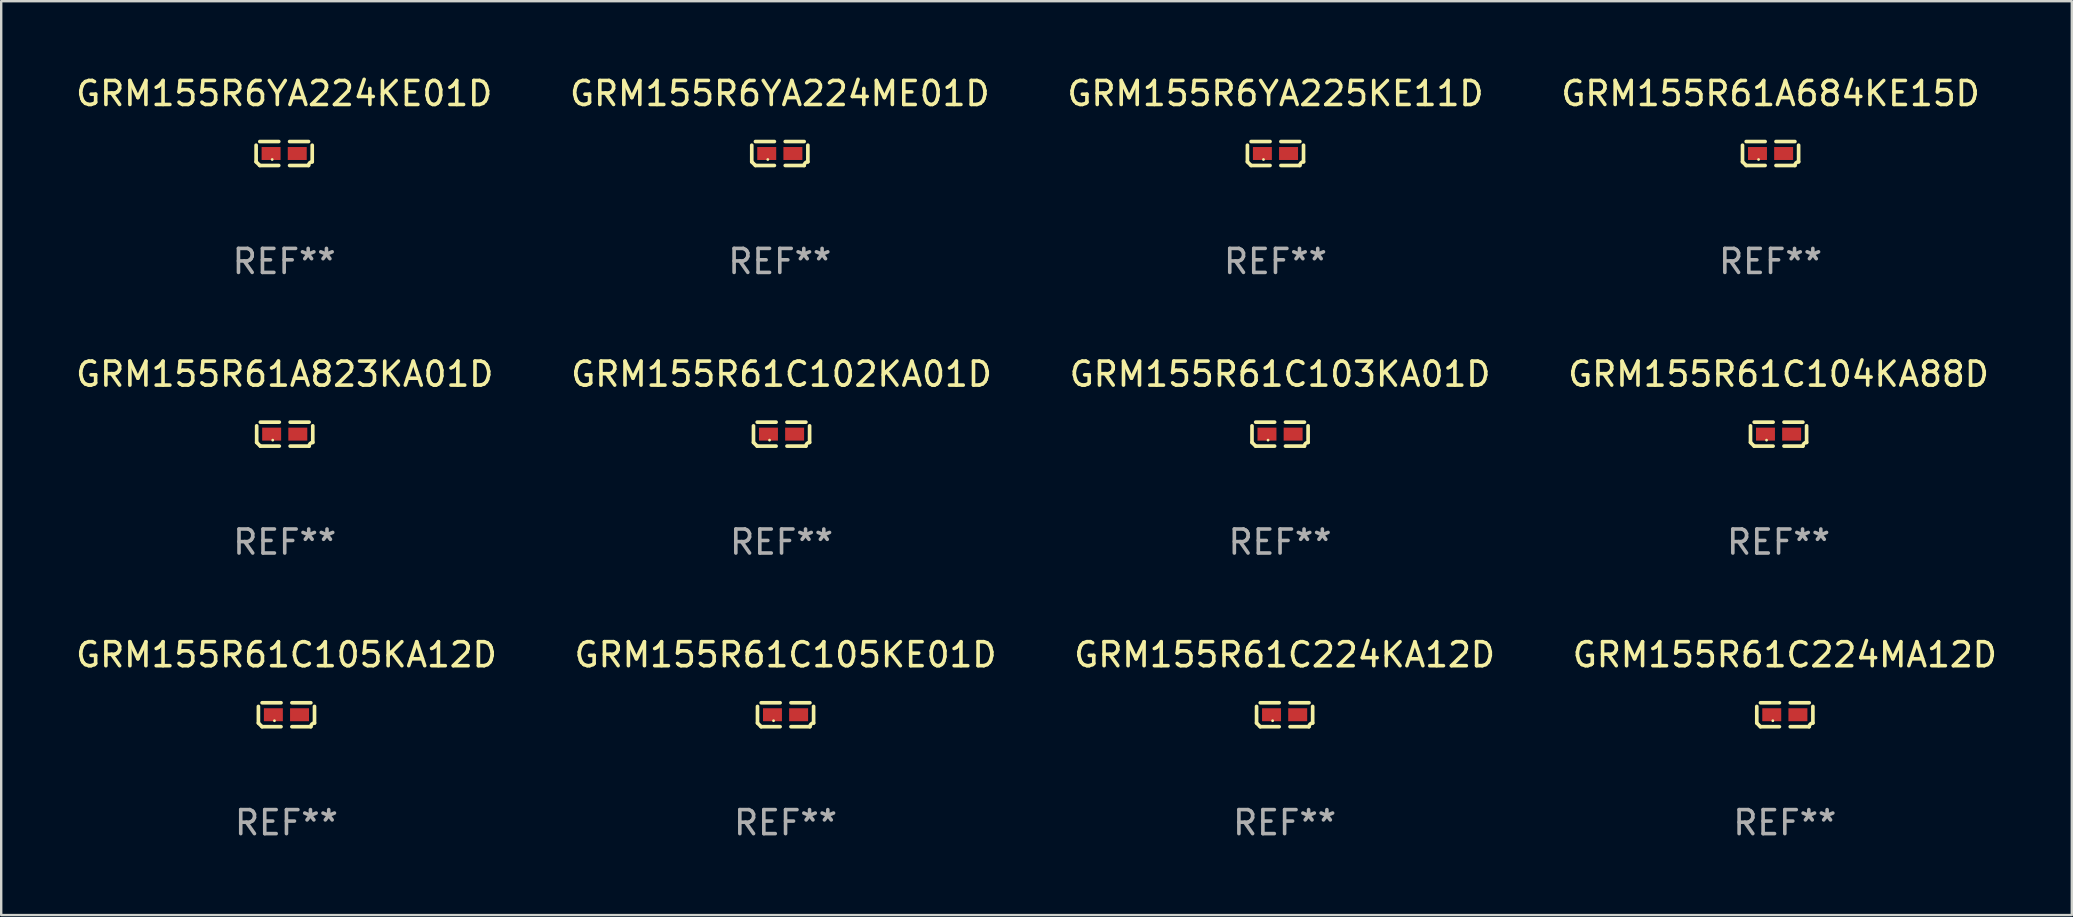
<source format=kicad_pcb>
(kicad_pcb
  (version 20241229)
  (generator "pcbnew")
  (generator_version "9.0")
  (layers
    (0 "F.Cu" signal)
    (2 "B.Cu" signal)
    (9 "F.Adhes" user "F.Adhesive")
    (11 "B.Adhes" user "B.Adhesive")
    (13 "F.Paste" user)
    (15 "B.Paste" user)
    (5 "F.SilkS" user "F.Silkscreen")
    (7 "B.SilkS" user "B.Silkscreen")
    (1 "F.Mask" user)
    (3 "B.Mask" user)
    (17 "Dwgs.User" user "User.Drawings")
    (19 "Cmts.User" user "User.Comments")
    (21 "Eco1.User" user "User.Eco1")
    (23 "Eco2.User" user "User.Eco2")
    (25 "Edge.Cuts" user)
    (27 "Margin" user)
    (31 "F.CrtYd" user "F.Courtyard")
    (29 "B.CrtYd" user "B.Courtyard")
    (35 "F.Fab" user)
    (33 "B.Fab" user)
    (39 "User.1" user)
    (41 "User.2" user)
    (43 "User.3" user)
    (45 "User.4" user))
  (footprint "GRM155R61C224MA12D"
    (layer "F.Cu")
    (at 71.327 26.734)
    (property "Reference" "GRM155R61C224MA12D" (at 0 -2.499 0) (layer "F.SilkS") (effects (font (size 1 1) (thickness 0.15))))
    (attr through_hole)
    (fp_line (start -1.169 0.346) (end -1.169 -0.346) (stroke (width 0.152) (type solid)) (layer "F.SilkS"))
    (fp_line (start -1.016 -0.499) (end -0.226 -0.499) (stroke (width 0.152) (type solid)) (layer "F.SilkS"))
    (fp_line (start -0.226 0.499) (end -1.016 0.499) (stroke (width 0.152) (type solid)) (layer "F.SilkS"))
    (fp_line (start 0.226 0.499) (end 1.016 0.499) (stroke (width 0.152) (type solid)) (layer "F.SilkS"))
    (fp_line (start 1.016 -0.499) (end 0.226 -0.499) (stroke (width 0.152) (type solid)) (layer "F.SilkS"))
    (fp_line (start 1.169 0.346) (end 1.169 -0.346) (stroke (width 0.152) (type solid)) (layer "F.SilkS"))
    (fp_arc (start -1.016307 0.498603) (mid -1.092512 0.422405) (end -1.16871 0.3462) (stroke (width 0.1524) (type solid)) (layer "F.SilkS"))
    (fp_arc (start 1.016307 0.498603) (mid 1.060899 0.390758) (end 1.168707 0.346076) (stroke (width 0.1524) (type solid)) (layer "F.SilkS"))
    (fp_circle (center -0.5 0.25) (end -0.47 0.25) (stroke (width 0.06) (type solid)) (fill no) (layer "F.SilkS"))
    (fp_text user "REF**" (at 0 4.499 0) (layer "F.Fab") (effects (font (size 1 1) (thickness 0.15))))
    (pad "1" smd rect (at -0.545 0) (size 0.79 0.54) (layers "F.Cu" "F.Mask" "F.Paste"))
    (pad "2" smd rect (at 0.545 0) (size 0.79 0.54) (layers "F.Cu" "F.Mask" "F.Paste")))
  (footprint "GRM155R61C105KE01D"
    (layer "F.Cu")
    (at 29.685 26.734)
    (property "Reference" "GRM155R61C105KE01D" (at 0 -2.499 0) (layer "F.SilkS") (effects (font (size 1 1) (thickness 0.15))))
    (attr through_hole)
    (fp_line (start -1.169 0.346) (end -1.169 -0.346) (stroke (width 0.152) (type solid)) (layer "F.SilkS"))
    (fp_line (start -1.016 -0.499) (end -0.226 -0.499) (stroke (width 0.152) (type solid)) (layer "F.SilkS"))
    (fp_line (start -0.226 0.499) (end -1.016 0.499) (stroke (width 0.152) (type solid)) (layer "F.SilkS"))
    (fp_line (start 0.226 0.499) (end 1.016 0.499) (stroke (width 0.152) (type solid)) (layer "F.SilkS"))
    (fp_line (start 1.016 -0.499) (end 0.226 -0.499) (stroke (width 0.152) (type solid)) (layer "F.SilkS"))
    (fp_line (start 1.169 0.346) (end 1.169 -0.346) (stroke (width 0.152) (type solid)) (layer "F.SilkS"))
    (fp_arc (start -1.016307 0.498603) (mid -1.092512 0.422405) (end -1.16871 0.3462) (stroke (width 0.1524) (type solid)) (layer "F.SilkS"))
    (fp_arc (start 1.016307 0.498603) (mid 1.060899 0.390758) (end 1.168707 0.346076) (stroke (width 0.1524) (type solid)) (layer "F.SilkS"))
    (fp_circle (center -0.5 0.25) (end -0.47 0.25) (stroke (width 0.06) (type solid)) (fill no) (layer "F.SilkS"))
    (fp_text user "REF**" (at 0 4.499 0) (layer "F.Fab") (effects (font (size 1 1) (thickness 0.15))))
    (pad "1" smd rect (at -0.545 0) (size 0.79 0.54) (layers "F.Cu" "F.Mask" "F.Paste"))
    (pad "2" smd rect (at 0.545 0) (size 0.79 0.54) (layers "F.Cu" "F.Mask" "F.Paste")))
  (footprint "GRM155R61A823KA01D"
    (layer "F.Cu")
    (at 8.815 15.041)
    (property "Reference" "GRM155R61A823KA01D" (at 0 -2.499 0) (layer "F.SilkS") (effects (font (size 1 1) (thickness 0.15))))
    (attr through_hole)
    (fp_line (start -1.169 0.346) (end -1.169 -0.346) (stroke (width 0.152) (type solid)) (layer "F.SilkS"))
    (fp_line (start -1.016 -0.499) (end -0.226 -0.499) (stroke (width 0.152) (type solid)) (layer "F.SilkS"))
    (fp_line (start -0.226 0.499) (end -1.016 0.499) (stroke (width 0.152) (type solid)) (layer "F.SilkS"))
    (fp_line (start 0.226 0.499) (end 1.016 0.499) (stroke (width 0.152) (type solid)) (layer "F.SilkS"))
    (fp_line (start 1.016 -0.499) (end 0.226 -0.499) (stroke (width 0.152) (type solid)) (layer "F.SilkS"))
    (fp_line (start 1.169 0.346) (end 1.169 -0.346) (stroke (width 0.152) (type solid)) (layer "F.SilkS"))
    (fp_arc (start -1.016307 0.498603) (mid -1.092512 0.422405) (end -1.16871 0.3462) (stroke (width 0.1524) (type solid)) (layer "F.SilkS"))
    (fp_arc (start 1.016307 0.498603) (mid 1.060899 0.390758) (end 1.168707 0.346076) (stroke (width 0.1524) (type solid)) (layer "F.SilkS"))
    (fp_circle (center -0.5 0.25) (end -0.47 0.25) (stroke (width 0.06) (type solid)) (fill no) (layer "F.SilkS"))
    (fp_text user "REF**" (at 0 4.499 0) (layer "F.Fab") (effects (font (size 1 1) (thickness 0.15))))
    (pad "1" smd rect (at -0.545 0) (size 0.79 0.54) (layers "F.Cu" "F.Mask" "F.Paste"))
    (pad "2" smd rect (at 0.545 0) (size 0.79 0.54) (layers "F.Cu" "F.Mask" "F.Paste")))
  (footprint "GRM155R61C105KA12D"
    (layer "F.Cu")
    (at 8.887 26.734)
    (property "Reference" "GRM155R61C105KA12D" (at 0 -2.499 0) (layer "F.SilkS") (effects (font (size 1 1) (thickness 0.15))))
    (attr through_hole)
    (fp_line (start -1.169 0.346) (end -1.169 -0.346) (stroke (width 0.152) (type solid)) (layer "F.SilkS"))
    (fp_line (start -1.016 -0.499) (end -0.226 -0.499) (stroke (width 0.152) (type solid)) (layer "F.SilkS"))
    (fp_line (start -0.226 0.499) (end -1.016 0.499) (stroke (width 0.152) (type solid)) (layer "F.SilkS"))
    (fp_line (start 0.226 0.499) (end 1.016 0.499) (stroke (width 0.152) (type solid)) (layer "F.SilkS"))
    (fp_line (start 1.016 -0.499) (end 0.226 -0.499) (stroke (width 0.152) (type solid)) (layer "F.SilkS"))
    (fp_line (start 1.169 0.346) (end 1.169 -0.346) (stroke (width 0.152) (type solid)) (layer "F.SilkS"))
    (fp_arc (start -1.016307 0.498603) (mid -1.092512 0.422405) (end -1.16871 0.3462) (stroke (width 0.1524) (type solid)) (layer "F.SilkS"))
    (fp_arc (start 1.016307 0.498603) (mid 1.060899 0.390758) (end 1.168707 0.346076) (stroke (width 0.1524) (type solid)) (layer "F.SilkS"))
    (fp_circle (center -0.5 0.25) (end -0.47 0.25) (stroke (width 0.06) (type solid)) (fill no) (layer "F.SilkS"))
    (fp_text user "REF**" (at 0 4.499 0) (layer "F.Fab") (effects (font (size 1 1) (thickness 0.15))))
    (pad "1" smd rect (at -0.545 0) (size 0.79 0.54) (layers "F.Cu" "F.Mask" "F.Paste"))
    (pad "2" smd rect (at 0.545 0) (size 0.79 0.54) (layers "F.Cu" "F.Mask" "F.Paste")))
  (footprint "GRM155R6YA224ME01D"
    (layer "F.Cu")
    (at 29.446 3.347)
    (property "Reference" "GRM155R6YA224ME01D" (at 0 -2.499 0) (layer "F.SilkS") (effects (font (size 1 1) (thickness 0.15))))
    (attr through_hole)
    (fp_line (start -1.169 0.346) (end -1.169 -0.346) (stroke (width 0.152) (type solid)) (layer "F.SilkS"))
    (fp_line (start -1.016 -0.499) (end -0.226 -0.499) (stroke (width 0.152) (type solid)) (layer "F.SilkS"))
    (fp_line (start -0.226 0.499) (end -1.016 0.499) (stroke (width 0.152) (type solid)) (layer "F.SilkS"))
    (fp_line (start 0.226 0.499) (end 1.016 0.499) (stroke (width 0.152) (type solid)) (layer "F.SilkS"))
    (fp_line (start 1.016 -0.499) (end 0.226 -0.499) (stroke (width 0.152) (type solid)) (layer "F.SilkS"))
    (fp_line (start 1.169 0.346) (end 1.169 -0.346) (stroke (width 0.152) (type solid)) (layer "F.SilkS"))
    (fp_arc (start -1.016307 0.498603) (mid -1.092512 0.422405) (end -1.16871 0.3462) (stroke (width 0.1524) (type solid)) (layer "F.SilkS"))
    (fp_arc (start 1.016307 0.498603) (mid 1.060899 0.390758) (end 1.168707 0.346076) (stroke (width 0.1524) (type solid)) (layer "F.SilkS"))
    (fp_circle (center -0.5 0.25) (end -0.47 0.25) (stroke (width 0.06) (type solid)) (fill no) (layer "F.SilkS"))
    (fp_text user "REF**" (at 0 4.499 0) (layer "F.Fab") (effects (font (size 1 1) (thickness 0.15))))
    (pad "1" smd rect (at -0.545 0) (size 0.79 0.54) (layers "F.Cu" "F.Mask" "F.Paste"))
    (pad "2" smd rect (at 0.545 0) (size 0.79 0.54) (layers "F.Cu" "F.Mask" "F.Paste")))
  (footprint "GRM155R61C104KA88D"
    (layer "F.Cu")
    (at 71.065 15.041)
    (property "Reference" "GRM155R61C104KA88D" (at 0 -2.499 0) (layer "F.SilkS") (effects (font (size 1 1) (thickness 0.15))))
    (attr through_hole)
    (fp_line (start -1.169 0.346) (end -1.169 -0.346) (stroke (width 0.152) (type solid)) (layer "F.SilkS"))
    (fp_line (start -1.016 -0.499) (end -0.226 -0.499) (stroke (width 0.152) (type solid)) (layer "F.SilkS"))
    (fp_line (start -0.226 0.499) (end -1.016 0.499) (stroke (width 0.152) (type solid)) (layer "F.SilkS"))
    (fp_line (start 0.226 0.499) (end 1.016 0.499) (stroke (width 0.152) (type solid)) (layer "F.SilkS"))
    (fp_line (start 1.016 -0.499) (end 0.226 -0.499) (stroke (width 0.152) (type solid)) (layer "F.SilkS"))
    (fp_line (start 1.169 0.346) (end 1.169 -0.346) (stroke (width 0.152) (type solid)) (layer "F.SilkS"))
    (fp_arc (start -1.016307 0.498603) (mid -1.092512 0.422405) (end -1.16871 0.3462) (stroke (width 0.1524) (type solid)) (layer "F.SilkS"))
    (fp_arc (start 1.016307 0.498603) (mid 1.060899 0.390758) (end 1.168707 0.346076) (stroke (width 0.1524) (type solid)) (layer "F.SilkS"))
    (fp_circle (center -0.5 0.25) (end -0.47 0.25) (stroke (width 0.06) (type solid)) (fill no) (layer "F.SilkS"))
    (fp_text user "REF**" (at 0 4.499 0) (layer "F.Fab") (effects (font (size 1 1) (thickness 0.15))))
    (pad "1" smd rect (at -0.545 0) (size 0.79 0.54) (layers "F.Cu" "F.Mask" "F.Paste"))
    (pad "2" smd rect (at 0.545 0) (size 0.79 0.54) (layers "F.Cu" "F.Mask" "F.Paste")))
  (footprint "GRM155R61C224KA12D"
    (layer "F.Cu")
    (at 50.482 26.734)
    (property "Reference" "GRM155R61C224KA12D" (at 0 -2.499 0) (layer "F.SilkS") (effects (font (size 1 1) (thickness 0.15))))
    (attr through_hole)
    (fp_line (start -1.169 0.346) (end -1.169 -0.346) (stroke (width 0.152) (type solid)) (layer "F.SilkS"))
    (fp_line (start -1.016 -0.499) (end -0.226 -0.499) (stroke (width 0.152) (type solid)) (layer "F.SilkS"))
    (fp_line (start -0.226 0.499) (end -1.016 0.499) (stroke (width 0.152) (type solid)) (layer "F.SilkS"))
    (fp_line (start 0.226 0.499) (end 1.016 0.499) (stroke (width 0.152) (type solid)) (layer "F.SilkS"))
    (fp_line (start 1.016 -0.499) (end 0.226 -0.499) (stroke (width 0.152) (type solid)) (layer "F.SilkS"))
    (fp_line (start 1.169 0.346) (end 1.169 -0.346) (stroke (width 0.152) (type solid)) (layer "F.SilkS"))
    (fp_arc (start -1.016307 0.498603) (mid -1.092512 0.422405) (end -1.16871 0.3462) (stroke (width 0.1524) (type solid)) (layer "F.SilkS"))
    (fp_arc (start 1.016307 0.498603) (mid 1.060899 0.390758) (end 1.168707 0.346076) (stroke (width 0.1524) (type solid)) (layer "F.SilkS"))
    (fp_circle (center -0.5 0.25) (end -0.47 0.25) (stroke (width 0.06) (type solid)) (fill no) (layer "F.SilkS"))
    (fp_text user "REF**" (at 0 4.499 0) (layer "F.Fab") (effects (font (size 1 1) (thickness 0.15))))
    (pad "1" smd rect (at -0.545 0) (size 0.79 0.54) (layers "F.Cu" "F.Mask" "F.Paste"))
    (pad "2" smd rect (at 0.545 0) (size 0.79 0.54) (layers "F.Cu" "F.Mask" "F.Paste")))
  (footprint "GRM155R61A684KE15D"
    (layer "F.Cu")
    (at 70.732 3.347)
    (property "Reference" "GRM155R61A684KE15D" (at 0 -2.499 0) (layer "F.SilkS") (effects (font (size 1 1) (thickness 0.15))))
    (attr through_hole)
    (fp_line (start -1.169 0.346) (end -1.169 -0.346) (stroke (width 0.152) (type solid)) (layer "F.SilkS"))
    (fp_line (start -1.016 -0.499) (end -0.226 -0.499) (stroke (width 0.152) (type solid)) (layer "F.SilkS"))
    (fp_line (start -0.226 0.499) (end -1.016 0.499) (stroke (width 0.152) (type solid)) (layer "F.SilkS"))
    (fp_line (start 0.226 0.499) (end 1.016 0.499) (stroke (width 0.152) (type solid)) (layer "F.SilkS"))
    (fp_line (start 1.016 -0.499) (end 0.226 -0.499) (stroke (width 0.152) (type solid)) (layer "F.SilkS"))
    (fp_line (start 1.169 0.346) (end 1.169 -0.346) (stroke (width 0.152) (type solid)) (layer "F.SilkS"))
    (fp_arc (start -1.016307 0.498603) (mid -1.092512 0.422405) (end -1.16871 0.3462) (stroke (width 0.1524) (type solid)) (layer "F.SilkS"))
    (fp_arc (start 1.016307 0.498603) (mid 1.060899 0.390758) (end 1.168707 0.346076) (stroke (width 0.1524) (type solid)) (layer "F.SilkS"))
    (fp_circle (center -0.5 0.25) (end -0.47 0.25) (stroke (width 0.06) (type solid)) (fill no) (layer "F.SilkS"))
    (fp_text user "REF**" (at 0 4.499 0) (layer "F.Fab") (effects (font (size 1 1) (thickness 0.15))))
    (pad "1" smd rect (at -0.545 0) (size 0.79 0.54) (layers "F.Cu" "F.Mask" "F.Paste"))
    (pad "2" smd rect (at 0.545 0) (size 0.79 0.54) (layers "F.Cu" "F.Mask" "F.Paste")))
  (footprint "GRM155R6YA224KE01D"
    (layer "F.Cu")
    (at 8.792 3.347)
    (property "Reference" "GRM155R6YA224KE01D" (at 0 -2.499 0) (layer "F.SilkS") (effects (font (size 1 1) (thickness 0.15))))
    (attr through_hole)
    (fp_line (start -1.169 0.346) (end -1.169 -0.346) (stroke (width 0.152) (type solid)) (layer "F.SilkS"))
    (fp_line (start -1.016 -0.499) (end -0.226 -0.499) (stroke (width 0.152) (type solid)) (layer "F.SilkS"))
    (fp_line (start -0.226 0.499) (end -1.016 0.499) (stroke (width 0.152) (type solid)) (layer "F.SilkS"))
    (fp_line (start 0.226 0.499) (end 1.016 0.499) (stroke (width 0.152) (type solid)) (layer "F.SilkS"))
    (fp_line (start 1.016 -0.499) (end 0.226 -0.499) (stroke (width 0.152) (type solid)) (layer "F.SilkS"))
    (fp_line (start 1.169 0.346) (end 1.169 -0.346) (stroke (width 0.152) (type solid)) (layer "F.SilkS"))
    (fp_arc (start -1.016307 0.498603) (mid -1.092512 0.422405) (end -1.16871 0.3462) (stroke (width 0.1524) (type solid)) (layer "F.SilkS"))
    (fp_arc (start 1.016307 0.498603) (mid 1.060899 0.390758) (end 1.168707 0.346076) (stroke (width 0.1524) (type solid)) (layer "F.SilkS"))
    (fp_circle (center -0.5 0.25) (end -0.47 0.25) (stroke (width 0.06) (type solid)) (fill no) (layer "F.SilkS"))
    (fp_text user "REF**" (at 0 4.499 0) (layer "F.Fab") (effects (font (size 1 1) (thickness 0.15))))
    (pad "1" smd rect (at -0.545 0) (size 0.79 0.54) (layers "F.Cu" "F.Mask" "F.Paste"))
    (pad "2" smd rect (at 0.545 0) (size 0.79 0.54) (layers "F.Cu" "F.Mask" "F.Paste")))
  (footprint "GRM155R61C102KA01D"
    (layer "F.Cu")
    (at 29.518 15.041)
    (property "Reference" "GRM155R61C102KA01D" (at 0 -2.499 0) (layer "F.SilkS") (effects (font (size 1 1) (thickness 0.15))))
    (attr through_hole)
    (fp_line (start -1.169 0.346) (end -1.169 -0.346) (stroke (width 0.152) (type solid)) (layer "F.SilkS"))
    (fp_line (start -1.016 -0.499) (end -0.226 -0.499) (stroke (width 0.152) (type solid)) (layer "F.SilkS"))
    (fp_line (start -0.226 0.499) (end -1.016 0.499) (stroke (width 0.152) (type solid)) (layer "F.SilkS"))
    (fp_line (start 0.226 0.499) (end 1.016 0.499) (stroke (width 0.152) (type solid)) (layer "F.SilkS"))
    (fp_line (start 1.016 -0.499) (end 0.226 -0.499) (stroke (width 0.152) (type solid)) (layer "F.SilkS"))
    (fp_line (start 1.169 0.346) (end 1.169 -0.346) (stroke (width 0.152) (type solid)) (layer "F.SilkS"))
    (fp_arc (start -1.016307 0.498603) (mid -1.092512 0.422405) (end -1.16871 0.3462) (stroke (width 0.1524) (type solid)) (layer "F.SilkS"))
    (fp_arc (start 1.016307 0.498603) (mid 1.060899 0.390758) (end 1.168707 0.346076) (stroke (width 0.1524) (type solid)) (layer "F.SilkS"))
    (fp_circle (center -0.5 0.25) (end -0.47 0.25) (stroke (width 0.06) (type solid)) (fill no) (layer "F.SilkS"))
    (fp_text user "REF**" (at 0 4.499 0) (layer "F.Fab") (effects (font (size 1 1) (thickness 0.15))))
    (pad "1" smd rect (at -0.545 0) (size 0.79 0.54) (layers "F.Cu" "F.Mask" "F.Paste"))
    (pad "2" smd rect (at 0.545 0) (size 0.79 0.54) (layers "F.Cu" "F.Mask" "F.Paste")))
  (footprint "GRM155R61C103KA01D"
    (layer "F.Cu")
    (at 50.292 15.041)
    (property "Reference" "GRM155R61C103KA01D" (at 0 -2.499 0) (layer "F.SilkS") (effects (font (size 1 1) (thickness 0.15))))
    (attr through_hole)
    (fp_line (start -1.169 0.346) (end -1.169 -0.346) (stroke (width 0.152) (type solid)) (layer "F.SilkS"))
    (fp_line (start -1.016 -0.499) (end -0.226 -0.499) (stroke (width 0.152) (type solid)) (layer "F.SilkS"))
    (fp_line (start -0.226 0.499) (end -1.016 0.499) (stroke (width 0.152) (type solid)) (layer "F.SilkS"))
    (fp_line (start 0.226 0.499) (end 1.016 0.499) (stroke (width 0.152) (type solid)) (layer "F.SilkS"))
    (fp_line (start 1.016 -0.499) (end 0.226 -0.499) (stroke (width 0.152) (type solid)) (layer "F.SilkS"))
    (fp_line (start 1.169 0.346) (end 1.169 -0.346) (stroke (width 0.152) (type solid)) (layer "F.SilkS"))
    (fp_arc (start -1.016307 0.498603) (mid -1.092512 0.422405) (end -1.16871 0.3462) (stroke (width 0.1524) (type solid)) (layer "F.SilkS"))
    (fp_arc (start 1.016307 0.498603) (mid 1.060899 0.390758) (end 1.168707 0.346076) (stroke (width 0.1524) (type solid)) (layer "F.SilkS"))
    (fp_circle (center -0.5 0.25) (end -0.47 0.25) (stroke (width 0.06) (type solid)) (fill no) (layer "F.SilkS"))
    (fp_text user "REF**" (at 0 4.499 0) (layer "F.Fab") (effects (font (size 1 1) (thickness 0.15))))
    (pad "1" smd rect (at -0.545 0) (size 0.79 0.54) (layers "F.Cu" "F.Mask" "F.Paste"))
    (pad "2" smd rect (at 0.545 0) (size 0.79 0.54) (layers "F.Cu" "F.Mask" "F.Paste")))
  (footprint "GRM155R6YA225KE11D"
    (layer "F.Cu")
    (at 50.101 3.347)
    (property "Reference" "GRM155R6YA225KE11D" (at 0 -2.499 0) (layer "F.SilkS") (effects (font (size 1 1) (thickness 0.15))))
    (attr through_hole)
    (fp_line (start -1.169 0.346) (end -1.169 -0.346) (stroke (width 0.152) (type solid)) (layer "F.SilkS"))
    (fp_line (start -1.016 -0.499) (end -0.226 -0.499) (stroke (width 0.152) (type solid)) (layer "F.SilkS"))
    (fp_line (start -0.226 0.499) (end -1.016 0.499) (stroke (width 0.152) (type solid)) (layer "F.SilkS"))
    (fp_line (start 0.226 0.499) (end 1.016 0.499) (stroke (width 0.152) (type solid)) (layer "F.SilkS"))
    (fp_line (start 1.016 -0.499) (end 0.226 -0.499) (stroke (width 0.152) (type solid)) (layer "F.SilkS"))
    (fp_line (start 1.169 0.346) (end 1.169 -0.346) (stroke (width 0.152) (type solid)) (layer "F.SilkS"))
    (fp_arc (start -1.016307 0.498603) (mid -1.092512 0.422405) (end -1.16871 0.3462) (stroke (width 0.1524) (type solid)) (layer "F.SilkS"))
    (fp_arc (start 1.016307 0.498603) (mid 1.060899 0.390758) (end 1.168707 0.346076) (stroke (width 0.1524) (type solid)) (layer "F.SilkS"))
    (fp_circle (center -0.5 0.25) (end -0.47 0.25) (stroke (width 0.06) (type solid)) (fill no) (layer "F.SilkS"))
    (fp_text user "REF**" (at 0 4.499 0) (layer "F.Fab") (effects (font (size 1 1) (thickness 0.15))))
    (pad "1" smd rect (at -0.545 0) (size 0.79 0.54) (layers "F.Cu" "F.Mask" "F.Paste"))
    (pad "2" smd rect (at 0.545 0) (size 0.79 0.54) (layers "F.Cu" "F.Mask" "F.Paste")))
  (gr_rect
    (start -3 -3)
    (end 83.286 35.081)
    (stroke (width 0.1) (type default))
    (fill no)
    (layer "Edge.Cuts")))
</source>
